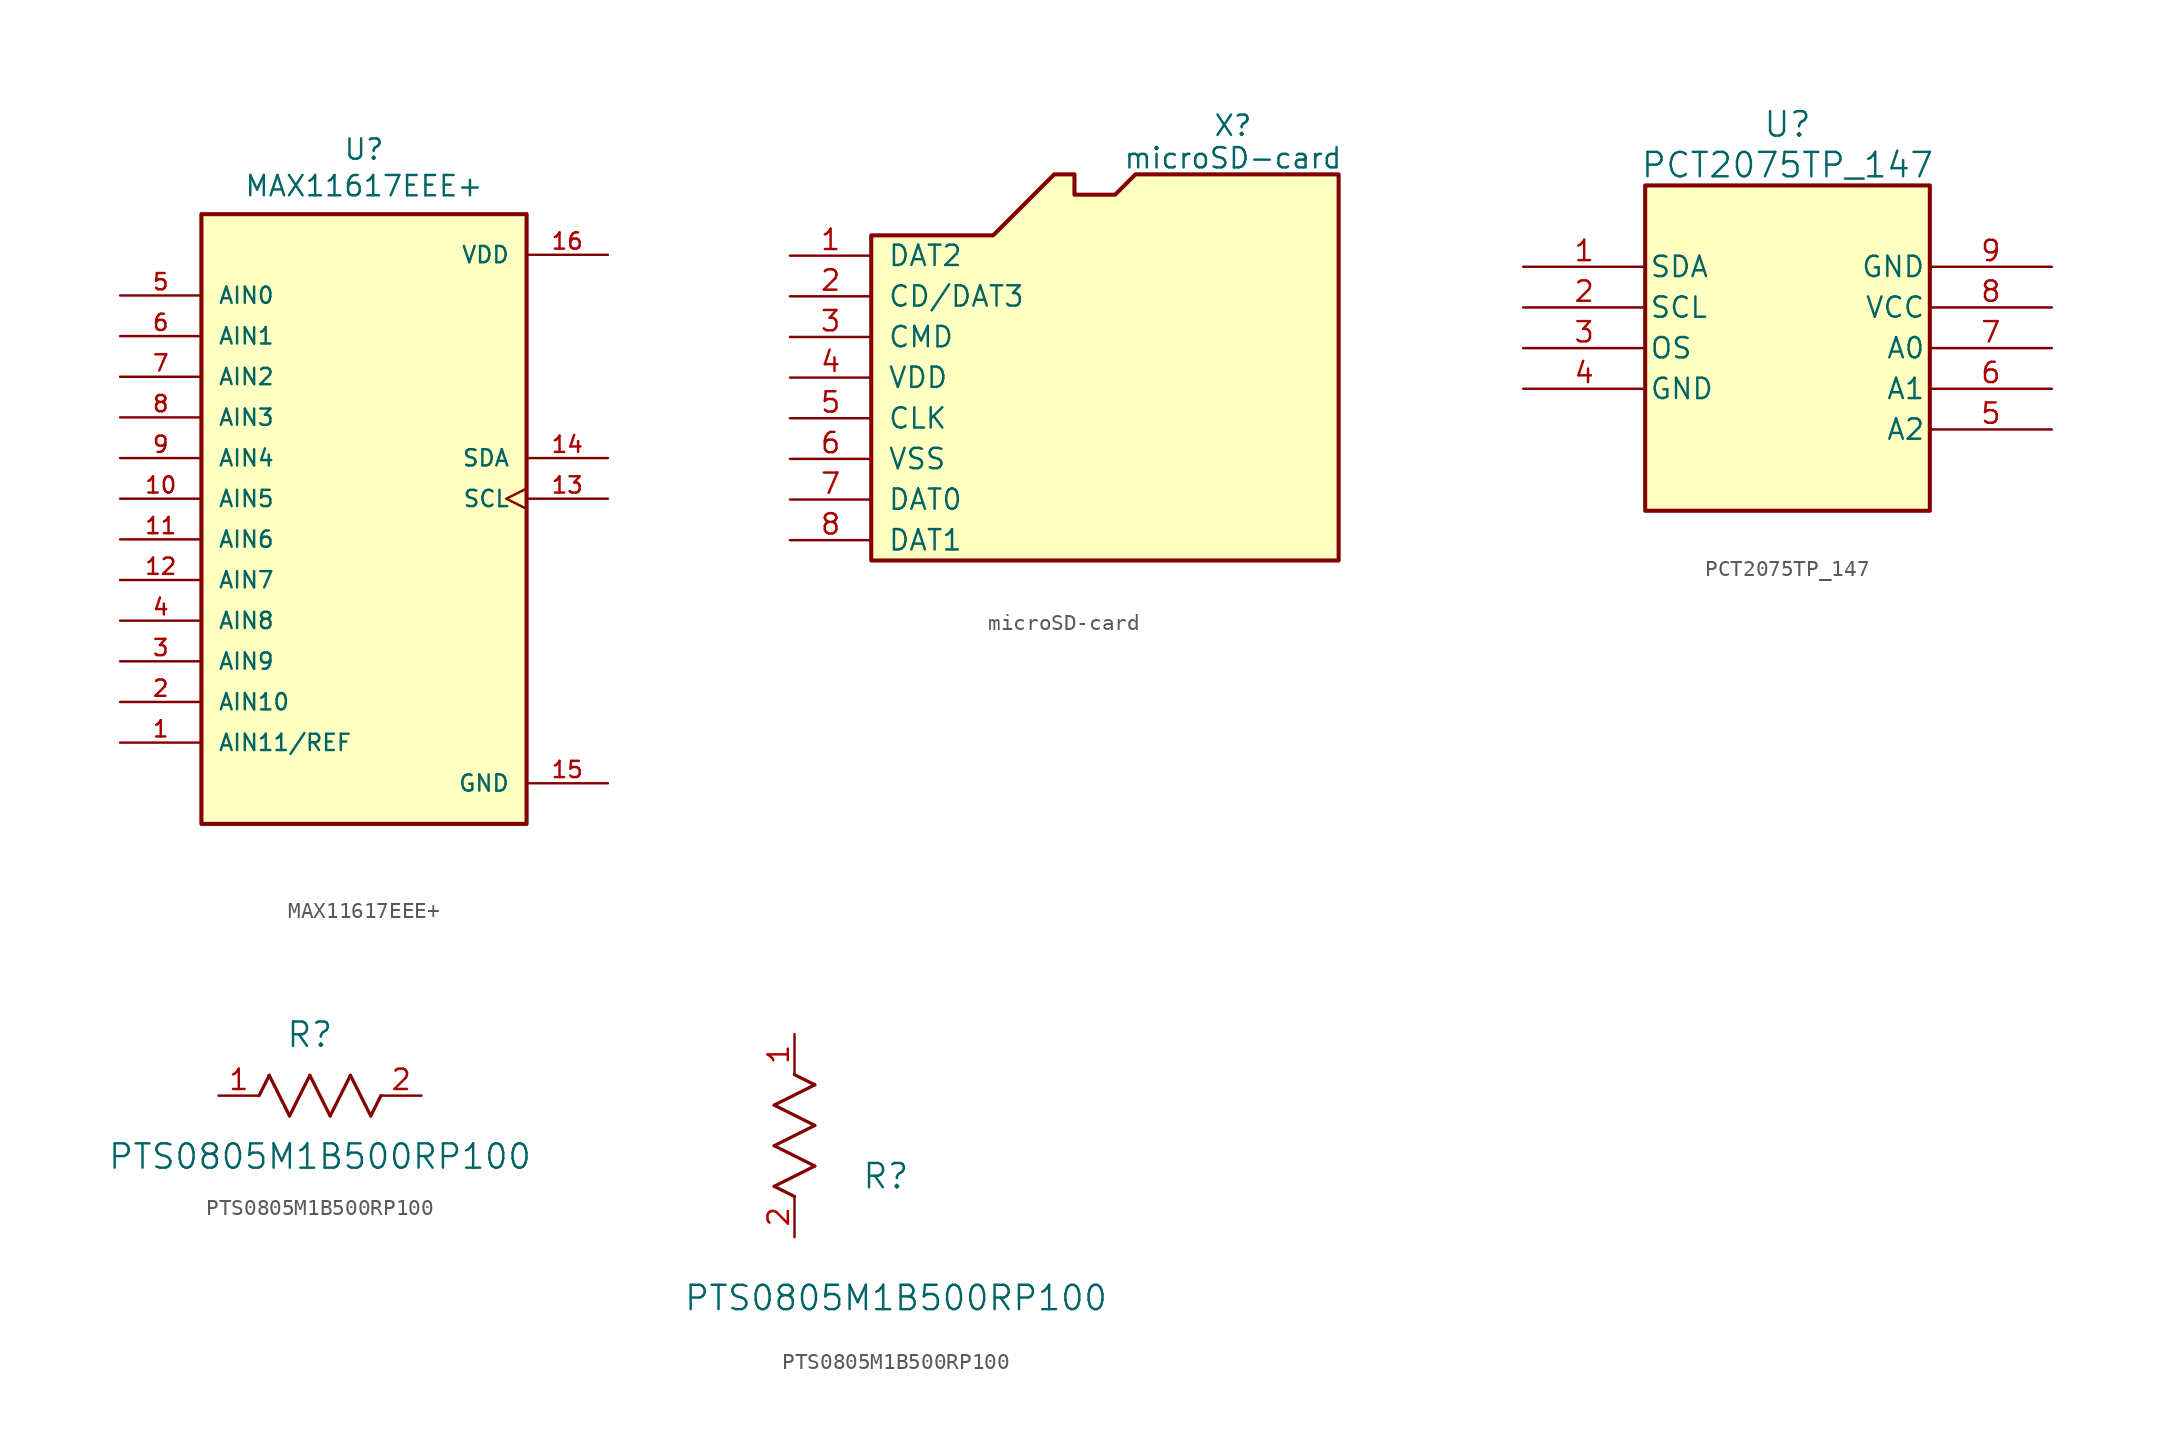
<source format=kicad_sym>
(kicad_symbol_lib
  (version 20241209)
  (generator "kicad_symbol_editor")
  (generator_version "9.0")
  (symbol "MAX11617EEE+"
    (pin_names
      (offset 1.016))
    (property "Reference" "U"
      (at 0 21.082 0)
      (effects (font (size 1.27 1.27)) (justify bottom)))
    (property "Value" "MAX11617EEE+"
      (at 0 18.796 0)
      (effects (font (size 1.27 1.27)) (justify bottom)))
    (symbol "MAX11617EEE+_0_0"
      (rectangle (start -10.16 17.78) (end 10.16 -20.32) (stroke (width 0.254) (type default)) (fill (type background)))
      (pin input line (at -15.24 12.7 0) (length 5.08) (name "AIN0" (effects (font (size 1.016 1.016)))) (number "5" (effects (font (size 1.016 1.016)))))
      (pin input line (at -15.24 10.16 0) (length 5.08) (name "AIN1" (effects (font (size 1.016 1.016)))) (number "6" (effects (font (size 1.016 1.016)))))
      (pin input line (at -15.24 7.62 0) (length 5.08) (name "AIN2" (effects (font (size 1.016 1.016)))) (number "7" (effects (font (size 1.016 1.016)))))
      (pin input line (at -15.24 5.08 0) (length 5.08) (name "AIN3" (effects (font (size 1.016 1.016)))) (number "8" (effects (font (size 1.016 1.016)))))
      (pin input line (at -15.24 2.54 0) (length 5.08) (name "AIN4" (effects (font (size 1.016 1.016)))) (number "9" (effects (font (size 1.016 1.016)))))
      (pin input line (at -15.24 0 0) (length 5.08) (name "AIN5" (effects (font (size 1.016 1.016)))) (number "10" (effects (font (size 1.016 1.016)))))
      (pin input line (at -15.24 -2.54 0) (length 5.08) (name "AIN6" (effects (font (size 1.016 1.016)))) (number "11" (effects (font (size 1.016 1.016)))))
      (pin input line (at -15.24 -5.08 0) (length 5.08) (name "AIN7" (effects (font (size 1.016 1.016)))) (number "12" (effects (font (size 1.016 1.016)))))
      (pin input line (at -15.24 -7.62 0) (length 5.08) (name "AIN8" (effects (font (size 1.016 1.016)))) (number "4" (effects (font (size 1.016 1.016)))))
      (pin input line (at -15.24 -10.16 0) (length 5.08) (name "AIN9" (effects (font (size 1.016 1.016)))) (number "3" (effects (font (size 1.016 1.016)))))
      (pin input line (at -15.24 -12.7 0) (length 5.08) (name "AIN10" (effects (font (size 1.016 1.016)))) (number "2" (effects (font (size 1.016 1.016)))))
      (pin bidirectional line (at -15.24 -15.24 0) (length 5.08) (name "AIN11/REF" (effects (font (size 1.016 1.016)))) (number "1" (effects (font (size 1.016 1.016)))))
      (pin power_in line (at 15.24 15.24 180) (length 5.08) (name "VDD" (effects (font (size 1.016 1.016)))) (number "16" (effects (font (size 1.016 1.016)))))
      (pin bidirectional line (at 15.24 2.54 180) (length 5.08) (name "SDA" (effects (font (size 1.016 1.016)))) (number "14" (effects (font (size 1.016 1.016)))))
      (pin input clock (at 15.24 0 180) (length 5.08) (name "SCL" (effects (font (size 1.016 1.016)))) (number "13" (effects (font (size 1.016 1.016)))))
      (pin power_in line (at 15.24 -17.78 180) (length 5.08) (name "GND" (effects (font (size 1.016 1.016)))) (number "15" (effects (font (size 1.016 1.016)))))))
  (symbol "microSD-card"
    (pin_names
      (offset 1.016))
    (property "Reference" "X"
      (at 7.366 15.748 0)
      (effects (font (size 1.27 1.27))))
    (property "Value" "microSD-card"
      (at 7.366 13.716 0)
      (effects (font (size 1.27 1.27))))
    (symbol "microSD-card_0_1"
      (polyline (pts (xy -15.24 -11.43) (xy -15.24 8.89) (xy -7.62 8.89) (xy -3.81 12.7) (xy -2.54 12.7) (xy -2.54 11.43) (xy 0 11.43) (xy 1.27 12.7) (xy 13.97 12.7) (xy 13.97 -11.43) (xy -15.24 -11.43)) (stroke (width 0.254) (type default)) (fill (type background))))
    (symbol "microSD-card_1_1"
      (pin input line (at -20.32 7.62 0) (length 5.08) (name "DAT2" (effects (font (size 1.27 1.27)))) (number "1" (effects (font (size 1.27 1.27)))))
      (pin input line (at -20.32 5.08 0) (length 5.08) (name "CD/DAT3" (effects (font (size 1.27 1.27)))) (number "2" (effects (font (size 1.27 1.27)))))
      (pin input line (at -20.32 2.54 0) (length 5.08) (name "CMD" (effects (font (size 1.27 1.27)))) (number "3" (effects (font (size 1.27 1.27)))))
      (pin input line (at -20.32 0 0) (length 5.08) (name "VDD" (effects (font (size 1.27 1.27)))) (number "4" (effects (font (size 1.27 1.27)))))
      (pin input line (at -20.32 -2.54 0) (length 5.08) (name "CLK" (effects (font (size 1.27 1.27)))) (number "5" (effects (font (size 1.27 1.27)))))
      (pin input line (at -20.32 -5.08 0) (length 5.08) (name "VSS" (effects (font (size 1.27 1.27)))) (number "6" (effects (font (size 1.27 1.27)))))
      (pin input line (at -20.32 -7.62 0) (length 5.08) (name "DAT0" (effects (font (size 1.27 1.27)))) (number "7" (effects (font (size 1.27 1.27)))))
      (pin input line (at -20.32 -10.16 0) (length 5.08) (name "DAT1" (effects (font (size 1.27 1.27)))) (number "8" (effects (font (size 1.27 1.27)))))))
  (symbol "PCT2075TP_147"
    (pin_names
      (offset 0.254))
    (property "Reference" "U"
      (at 16.51 8.89 0)
      (effects (font (size 1.524 1.524))))
    (property "Value" "PCT2075TP_147"
      (at 16.51 6.35 0)
      (effects (font (size 1.524 1.524))))
    (symbol "PCT2075TP_147_0_1"
      (pin bidirectional line (at 0 0 0) (length 7.62) (name "SDA" (effects (font (size 1.27 1.27)))) (number "1" (effects (font (size 1.27 1.27)))))
      (pin input line (at 0 -2.54 0) (length 7.62) (name "SCL" (effects (font (size 1.27 1.27)))) (number "2" (effects (font (size 1.27 1.27)))))
      (pin output line (at 0 -5.08 0) (length 7.62) (name "OS" (effects (font (size 1.27 1.27)))) (number "3" (effects (font (size 1.27 1.27)))))
      (pin power_in line (at 33.02 -2.54 180) (length 7.62) (name "VCC" (effects (font (size 1.27 1.27)))) (number "8" (effects (font (size 1.27 1.27)))))
      (pin input line (at 33.02 -5.08 180) (length 7.62) (name "A0" (effects (font (size 1.27 1.27)))) (number "7" (effects (font (size 1.27 1.27)))))
      (pin input line (at 33.02 -7.62 180) (length 7.62) (name "A1" (effects (font (size 1.27 1.27)))) (number "6" (effects (font (size 1.27 1.27)))))
      (pin input line (at 33.02 -10.16 180) (length 7.62) (name "A2" (effects (font (size 1.27 1.27)))) (number "5" (effects (font (size 1.27 1.27))))))
    (symbol "PCT2075TP_147_1_1"
      (rectangle (start 7.62 5.08) (end 25.4 -15.24) (stroke (width 0.254) (type solid)) (fill (type background)))
      (pin power_in line (at 0 -7.62 0) (length 7.62) (name "GND" (effects (font (size 1.27 1.27)))) (number "4" (effects (font (size 1.27 1.27)))))
      (pin power_in line (at 33.02 0 180) (length 7.62) (name "GND" (effects (font (size 1.27 1.27)))) (number "9" (effects (font (size 1.27 1.27)))))))
  (symbol "PTS0805M1B500RP100"
    (pin_names
      (offset 0.254))
    (property "Reference" "R"
      (at 5.715 3.81 0)
      (effects (font (size 1.524 1.524))))
    (property "Value" "PTS0805M1B500RP100"
      (at 6.35 -3.81 0)
      (effects (font (size 1.524 1.524))))
    (symbol "PTS0805M1B500RP100_1_1"
      (polyline (pts (xy 2.54 0) (xy 3.175 1.27)) (stroke (width 0.203) (type default)) (fill (type none)))
      (polyline (pts (xy 3.175 1.27) (xy 4.445 -1.27)) (stroke (width 0.203) (type default)) (fill (type none)))
      (polyline (pts (xy 4.445 -1.27) (xy 5.715 1.27)) (stroke (width 0.203) (type default)) (fill (type none)))
      (polyline (pts (xy 5.715 1.27) (xy 6.985 -1.27)) (stroke (width 0.203) (type default)) (fill (type none)))
      (polyline (pts (xy 6.985 -1.27) (xy 8.255 1.27)) (stroke (width 0.203) (type default)) (fill (type none)))
      (polyline (pts (xy 8.255 1.27) (xy 9.525 -1.27)) (stroke (width 0.203) (type default)) (fill (type none)))
      (polyline (pts (xy 9.525 -1.27) (xy 10.16 0)) (stroke (width 0.203) (type default)) (fill (type none)))
      (pin passive line (at 0 0 0) (length 2.54) (name "" (effects (font (size 1.27 1.27)))) (number "1" (effects (font (size 1.27 1.27)))))
      (pin passive line (at 12.7 0 180) (length 2.54) (name "" (effects (font (size 1.27 1.27)))) (number "2" (effects (font (size 1.27 1.27))))))
    (symbol "PTS0805M1B500RP100_1_2"
      (polyline (pts (xy -1.27 8.255) (xy 1.27 9.525)) (stroke (width 0.203) (type default)) (fill (type none)))
      (polyline (pts (xy -1.27 5.715) (xy 1.27 6.985)) (stroke (width 0.203) (type default)) (fill (type none)))
      (polyline (pts (xy -1.27 3.175) (xy 1.27 4.445)) (stroke (width 0.203) (type default)) (fill (type none)))
      (polyline (pts (xy 0 2.54) (xy -1.27 3.175)) (stroke (width 0.203) (type default)) (fill (type none)))
      (polyline (pts (xy 1.27 9.525) (xy 0 10.16)) (stroke (width 0.203) (type default)) (fill (type none)))
      (polyline (pts (xy 1.27 6.985) (xy -1.27 8.255)) (stroke (width 0.203) (type default)) (fill (type none)))
      (polyline (pts (xy 1.27 4.445) (xy -1.27 5.715)) (stroke (width 0.203) (type default)) (fill (type none)))
      (pin unspecified line (at 0 12.7 270) (length 2.54) (name "" (effects (font (size 1.27 1.27)))) (number "1" (effects (font (size 1.27 1.27)))))
      (pin unspecified line (at 0 0 90) (length 2.54) (name "" (effects (font (size 1.27 1.27)))) (number "2" (effects (font (size 1.27 1.27))))))))
</source>
